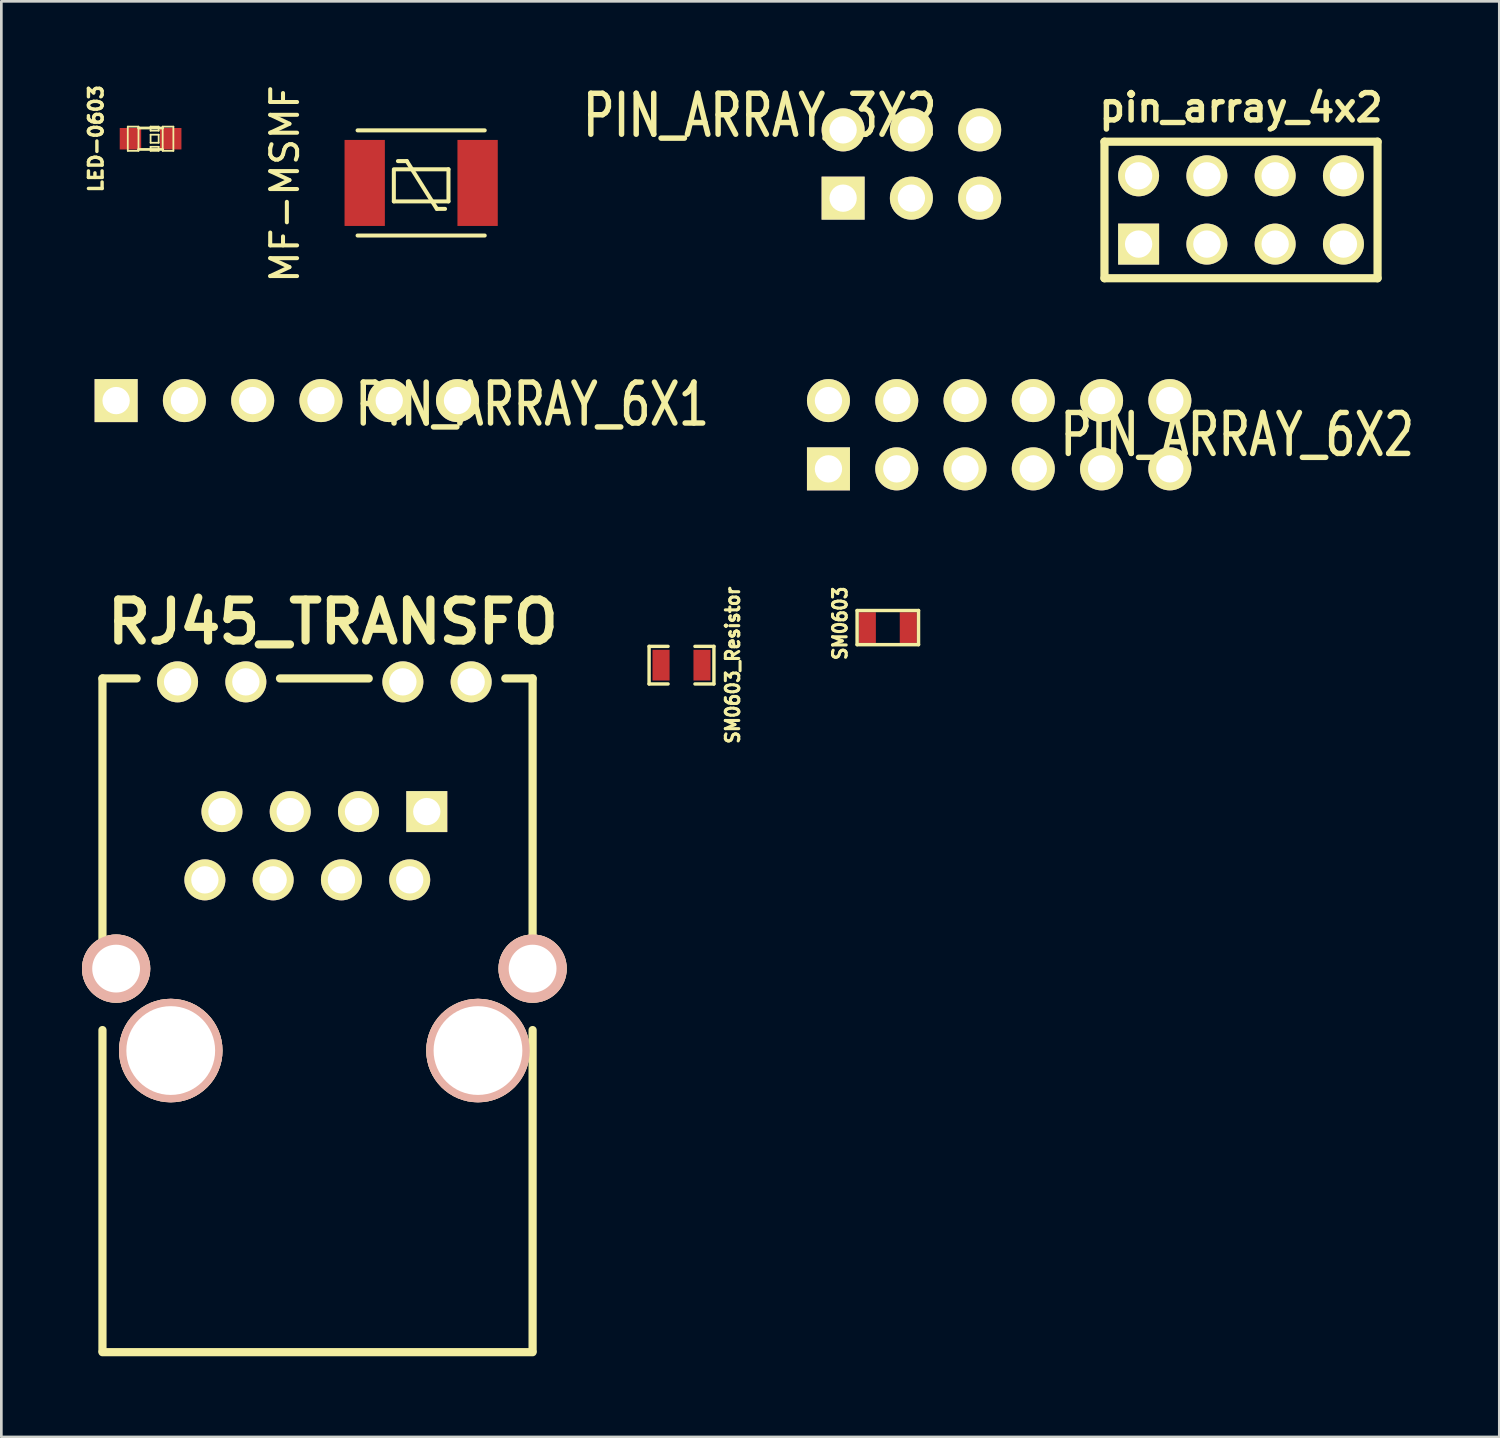
<source format=kicad_pcb>
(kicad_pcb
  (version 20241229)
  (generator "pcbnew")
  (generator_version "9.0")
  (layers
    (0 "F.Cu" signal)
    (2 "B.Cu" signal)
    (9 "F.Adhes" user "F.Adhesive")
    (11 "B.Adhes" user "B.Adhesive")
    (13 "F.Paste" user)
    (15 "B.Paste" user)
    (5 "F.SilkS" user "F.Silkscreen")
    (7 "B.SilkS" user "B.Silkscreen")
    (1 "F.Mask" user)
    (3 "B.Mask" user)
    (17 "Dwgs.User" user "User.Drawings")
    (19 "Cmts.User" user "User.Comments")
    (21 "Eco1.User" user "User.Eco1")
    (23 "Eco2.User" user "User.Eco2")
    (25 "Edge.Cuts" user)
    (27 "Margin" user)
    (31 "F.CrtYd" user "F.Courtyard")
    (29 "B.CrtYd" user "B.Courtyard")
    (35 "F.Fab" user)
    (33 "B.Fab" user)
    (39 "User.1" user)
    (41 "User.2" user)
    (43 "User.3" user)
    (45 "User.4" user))
  (footprint "SM0603"
    (layer "F.Cu")
    (at 29.979 20.298)
    (property "Reference" "SM0603" (at -1.778 -0.159 90) (layer "F.SilkS") (effects (font (size 0.508 0.457) (thickness 0.114))))
    (attr smd)
    (fp_line (start -1.143 -0.635) (end 1.143 -0.635) (stroke (width 0.127) (type solid)) (layer "F.SilkS"))
    (fp_line (start -1.143 0.635) (end -1.143 -0.635) (stroke (width 0.127) (type solid)) (layer "F.SilkS"))
    (fp_line (start 1.143 -0.635) (end 1.143 0.635) (stroke (width 0.127) (type solid)) (layer "F.SilkS"))
    (fp_line (start 1.143 0.635) (end -1.143 0.635) (stroke (width 0.127) (type solid)) (layer "F.SilkS"))
    (pad "1" smd rect (at -0.762 0) (size 0.635 1.143) (layers "F.Cu" "F.Mask" "F.Paste"))
    (pad "2" smd rect (at 0.762 0) (size 0.635 1.143) (layers "F.Cu" "F.Mask" "F.Paste")))
  (footprint "PIN_ARRAY_6X1"
    (layer "F.Cu")
    (at 7.62 11.853)
    (property "Reference" "PIN_ARRAY_6X1" (at 9.131 0.14 0) (layer "F.SilkS") (effects (font (size 1.524 1.143) (thickness 0.203))))
    (attr through_hole)
    (fp_line (start -7.62 -1.27) (end -7.62 1.27) (stroke (width 0.00012) (type solid)) (layer "F.SilkS"))
    (fp_line (start -7.62 1.27) (end 7.62 1.27) (stroke (width 0.00012) (type solid)) (layer "F.SilkS"))
    (fp_line (start 7.62 -1.27) (end -7.62 -1.27) (stroke (width 0.00012) (type solid)) (layer "F.SilkS"))
    (fp_line (start 7.62 1.27) (end 7.62 -1.27) (stroke (width 0.00012) (type solid)) (layer "F.SilkS"))
    (pad "1" thru_hole rect (at -6.35 0) (size 1.6 1.6) (drill 1.016) (layers "*.Cu" "*.Mask" "F.SilkS"))
    (pad "2" thru_hole circle (at -3.81 0) (size 1.6 1.6) (drill 1.016) (layers "*.Cu" "*.Mask" "F.SilkS"))
    (pad "3" thru_hole circle (at -1.27 0) (size 1.6 1.6) (drill 1.016) (layers "*.Cu" "*.Mask" "F.SilkS"))
    (pad "4" thru_hole circle (at 1.27 0) (size 1.6 1.6) (drill 1.016) (layers "*.Cu" "*.Mask" "F.SilkS"))
    (pad "5" thru_hole circle (at 3.81 0) (size 1.6 1.6) (drill 1.016) (layers "*.Cu" "*.Mask" "F.SilkS"))
    (pad "6" thru_hole circle (at 6.35 0) (size 1.6 1.6) (drill 1.016) (layers "*.Cu" "*.Mask" "F.SilkS")))
  (footprint "SM0603_Resistor"
    (layer "F.Cu")
    (at 22.304 21.696)
    (property "Reference" "SM0603_Resistor" (at 1.905 0 270) (layer "F.SilkS") (effects (font (size 0.5 0.457) (thickness 0.114))))
    (attr smd)
    (fp_line (start -1.206 -0.699) (end -1.206 0.699) (stroke (width 0.127) (type solid)) (layer "F.SilkS"))
    (fp_line (start -1.206 0.699) (end -0.5 0.699) (stroke (width 0.127) (type solid)) (layer "F.SilkS"))
    (fp_line (start -0.5 -0.699) (end -1.206 -0.699) (stroke (width 0.127) (type solid)) (layer "F.SilkS"))
    (fp_line (start 1.206 -0.699) (end 0.5 -0.699) (stroke (width 0.127) (type solid)) (layer "F.SilkS"))
    (fp_line (start 1.206 -0.699) (end 1.206 0.699) (stroke (width 0.127) (type solid)) (layer "F.SilkS"))
    (fp_line (start 1.206 0.699) (end 0.5 0.699) (stroke (width 0.127) (type solid)) (layer "F.SilkS"))
    (pad "1" smd rect (at -0.762 0) (size 0.635 1.143) (layers "F.Cu" "F.Mask" "F.Paste"))
    (pad "2" smd rect (at 0.762 0) (size 0.635 1.143) (layers "F.Cu" "F.Mask" "F.Paste")))
  (footprint "PIN_ARRAY_3X2"
    (layer "F.Cu")
    (at 30.856 3.052)
    (property "Reference" "PIN_ARRAY_3X2" (at -5.639 -1.803 0) (layer "F.SilkS") (effects (font (size 1.524 1.143) (thickness 0.203))))
    (attr through_hole)
    (fp_line (start -3.81 -2.54) (end -3.81 2.54) (stroke (width 0.00012) (type solid)) (layer "F.SilkS"))
    (fp_line (start -3.81 2.54) (end 3.81 2.54) (stroke (width 0.00012) (type solid)) (layer "F.SilkS"))
    (fp_line (start 3.81 -2.54) (end -3.81 -2.54) (stroke (width 0.00012) (type solid)) (layer "F.SilkS"))
    (fp_line (start 3.81 2.54) (end 3.81 -2.54) (stroke (width 0.00012) (type solid)) (layer "F.SilkS"))
    (pad "1" thru_hole rect (at -2.54 1.27) (size 1.6 1.6) (drill 1.016) (layers "*.Cu" "*.Mask" "F.SilkS"))
    (pad "2" thru_hole circle (at -2.54 -1.27) (size 1.6 1.6) (drill 1.016) (layers "*.Cu" "*.Mask" "F.SilkS"))
    (pad "3" thru_hole circle (at 0 1.27) (size 1.6 1.6) (drill 1.016) (layers "*.Cu" "*.Mask" "F.SilkS"))
    (pad "4" thru_hole circle (at 0 -1.27) (size 1.6 1.6) (drill 1.016) (layers "*.Cu" "*.Mask" "F.SilkS"))
    (pad "5" thru_hole circle (at 2.54 1.27) (size 1.6 1.6) (drill 1.016) (layers "*.Cu" "*.Mask" "F.SilkS"))
    (pad "6" thru_hole circle (at 2.54 -1.27) (size 1.6 1.6) (drill 1.016) (layers "*.Cu" "*.Mask" "F.SilkS")))
  (footprint "PIN_ARRAY_6X2"
    (layer "F.Cu")
    (at 34.121 13.123)
    (property "Reference" "PIN_ARRAY_6X2" (at 8.858 0.001 0) (layer "F.SilkS") (effects (font (size 1.524 1.143) (thickness 0.203))))
    (attr through_hole)
    (fp_line (start -7.62 -2.54) (end -7.62 2.54) (stroke (width 0.00012) (type solid)) (layer "F.SilkS"))
    (fp_line (start -7.62 2.54) (end 7.62 2.54) (stroke (width 0.00012) (type solid)) (layer "F.SilkS"))
    (fp_line (start 7.62 -2.54) (end -7.62 -2.54) (stroke (width 0.00012) (type solid)) (layer "F.SilkS"))
    (fp_line (start 7.62 2.54) (end 7.62 -2.54) (stroke (width 0.00012) (type solid)) (layer "F.SilkS"))
    (pad "1" thru_hole rect (at -6.35 1.27) (size 1.6 1.6) (drill 1.016) (layers "*.Cu" "*.Mask" "F.SilkS"))
    (pad "2" thru_hole circle (at -6.35 -1.27) (size 1.6 1.6) (drill 1.016) (layers "*.Cu" "*.Mask" "F.SilkS"))
    (pad "3" thru_hole circle (at -3.81 1.27) (size 1.6 1.6) (drill 1.016) (layers "*.Cu" "*.Mask" "F.SilkS"))
    (pad "4" thru_hole circle (at -3.81 -1.27) (size 1.6 1.6) (drill 1.016) (layers "*.Cu" "*.Mask" "F.SilkS"))
    (pad "5" thru_hole circle (at -1.27 1.27) (size 1.6 1.6) (drill 1.016) (layers "*.Cu" "*.Mask" "F.SilkS"))
    (pad "6" thru_hole circle (at -1.27 -1.27) (size 1.6 1.6) (drill 1.016) (layers "*.Cu" "*.Mask" "F.SilkS"))
    (pad "7" thru_hole circle (at 1.27 1.27) (size 1.6 1.6) (drill 1.016) (layers "*.Cu" "*.Mask" "F.SilkS"))
    (pad "8" thru_hole circle (at 1.27 -1.27) (size 1.6 1.6) (drill 1.016) (layers "*.Cu" "*.Mask" "F.SilkS"))
    (pad "9" thru_hole circle (at 3.81 1.27) (size 1.6 1.6) (drill 1.016) (layers "*.Cu" "*.Mask" "F.SilkS"))
    (pad "10" thru_hole circle (at 3.81 -1.27) (size 1.6 1.6) (drill 1.016) (layers "*.Cu" "*.Mask" "F.SilkS"))
    (pad "11" thru_hole circle (at 6.35 1.27) (size 1.6 1.6) (drill 1.016) (layers "*.Cu" "*.Mask" "F.SilkS"))
    (pad "12" thru_hole circle (at 6.35 -1.27) (size 1.6 1.6) (drill 1.016) (layers "*.Cu" "*.Mask" "F.SilkS")))
  (footprint "RJ45_TRANSFO"
    (layer "F.Cu")
    (at 12.827 27.143)
    (property "Reference" "RJ45_TRANSFO" (at -3.493 -7.054 0) (layer "F.SilkS") (effects (font (size 1.524 1.524) (thickness 0.305))))
    (attr through_hole)
    (fp_line (start -12.065 -4.953) (end -10.795 -4.953) (stroke (width 0.305) (type solid)) (layer "F.SilkS"))
    (fp_line (start -12.065 4.953) (end -12.065 -4.953) (stroke (width 0.305) (type solid)) (layer "F.SilkS"))
    (fp_line (start -12.065 20.066) (end -12.065 8.128) (stroke (width 0.305) (type solid)) (layer "F.SilkS"))
    (fp_line (start -12.065 20.112) (end 3.937 20.112) (stroke (width 0.305) (type solid)) (layer "F.SilkS"))
    (fp_line (start -5.461 -4.953) (end -2.159 -4.953) (stroke (width 0.305) (type solid)) (layer "F.SilkS"))
    (fp_line (start 3.937 -4.953) (end 2.921 -4.953) (stroke (width 0.305) (type solid)) (layer "F.SilkS"))
    (fp_line (start 3.937 4.953) (end 3.937 -4.953) (stroke (width 0.305) (type solid)) (layer "F.SilkS"))
    (fp_line (start 3.937 20.066) (end 3.937 8.128) (stroke (width 0.305) (type solid)) (layer "F.SilkS"))
    (pad "1" thru_hole rect (at 0 0) (size 1.524 1.524) (drill 1.016) (layers "*.Cu" "*.Mask" "F.SilkS"))
    (pad "2" thru_hole circle (at -0.635 2.54) (size 1.524 1.524) (drill 1.016) (layers "*.Cu" "*.Mask" "F.SilkS"))
    (pad "3" thru_hole circle (at -2.54 0) (size 1.524 1.524) (drill 1.016) (layers "*.Cu" "*.Mask" "F.SilkS"))
    (pad "4" thru_hole circle (at -3.175 2.54) (size 1.524 1.524) (drill 1.016) (layers "*.Cu" "*.Mask" "F.SilkS"))
    (pad "5" thru_hole circle (at -5.08 0) (size 1.524 1.524) (drill 1.016) (layers "*.Cu" "*.Mask" "F.SilkS"))
    (pad "6" thru_hole circle (at -5.715 2.54) (size 1.524 1.524) (drill 1.016) (layers "*.Cu" "*.Mask" "F.SilkS"))
    (pad "7" thru_hole circle (at -7.62 0) (size 1.524 1.524) (drill 1.016) (layers "*.Cu" "*.Mask" "F.SilkS"))
    (pad "8" thru_hole circle (at -8.255 2.54) (size 1.524 1.524) (drill 1.016) (layers "*.Cu" "*.Mask" "F.SilkS"))
    (pad "13" thru_hole circle (at -11.557 5.842) (size 2.54 2.54) (drill 1.778) (layers "*.Cu" "*.SilkS" "*.Mask"))
    (pad "13" thru_hole circle (at 3.937 5.842) (size 2.54 2.54) (drill 1.778) (layers "*.Cu" "*.SilkS" "*.Mask"))
    (pad "GA" thru_hole circle (at -0.889 -4.826) (size 1.524 1.524) (drill 1.016) (layers "*.Cu" "*.Mask" "F.SilkS"))
    (pad "GK" thru_hole circle (at 1.651 -4.826) (size 1.524 1.524) (drill 1.016) (layers "*.Cu" "*.Mask" "F.SilkS"))
    (pad "Hole" thru_hole circle (at -9.525 8.89) (size 3.851 3.851) (drill 3.302) (layers "*.Cu" "*.SilkS" "*.Mask"))
    (pad "Hole" thru_hole circle (at 1.905 8.89) (size 3.851 3.851) (drill 3.302) (layers "*.Cu" "*.SilkS" "*.Mask"))
    (pad "YA" thru_hole circle (at -9.271 -4.826) (size 1.524 1.524) (drill 1.016) (layers "*.Cu" "*.Mask" "F.SilkS"))
    (pad "YK" thru_hole circle (at -6.731 -4.826) (size 1.524 1.524) (drill 1.016) (layers "*.Cu" "*.Mask" "F.SilkS")))
  (footprint "pin_array_4x2"
    (layer "F.Cu")
    (at 43.119 4.761)
    (property "Reference" "pin_array_4x2" (at 0 -3.81 0) (layer "F.SilkS") (effects (font (size 1.016 1.016) (thickness 0.203))))
    (attr through_hole)
    (fp_line (start -5.08 -2.54) (end 5.08 -2.54) (stroke (width 0.305) (type solid)) (layer "F.SilkS"))
    (fp_line (start -5.08 2.54) (end -5.08 -2.54) (stroke (width 0.305) (type solid)) (layer "F.SilkS"))
    (fp_line (start 5.08 -2.54) (end 5.08 2.54) (stroke (width 0.305) (type solid)) (layer "F.SilkS"))
    (fp_line (start 5.08 2.54) (end -5.08 2.54) (stroke (width 0.305) (type solid)) (layer "F.SilkS"))
    (pad "1" thru_hole rect (at -3.81 1.27) (size 1.524 1.524) (drill 1.016) (layers "*.Cu" "*.Mask" "F.SilkS"))
    (pad "2" thru_hole circle (at -3.81 -1.27) (size 1.524 1.524) (drill 1.016) (layers "*.Cu" "*.Mask" "F.SilkS"))
    (pad "3" thru_hole circle (at -1.27 1.27) (size 1.524 1.524) (drill 1.016) (layers "*.Cu" "*.Mask" "F.SilkS"))
    (pad "4" thru_hole circle (at -1.27 -1.27) (size 1.524 1.524) (drill 1.016) (layers "*.Cu" "*.Mask" "F.SilkS"))
    (pad "5" thru_hole circle (at 1.27 1.27) (size 1.524 1.524) (drill 1.016) (layers "*.Cu" "*.Mask" "F.SilkS"))
    (pad "6" thru_hole circle (at 1.27 -1.27) (size 1.524 1.524) (drill 1.016) (layers "*.Cu" "*.Mask" "F.SilkS"))
    (pad "7" thru_hole circle (at 3.81 1.27) (size 1.524 1.524) (drill 1.016) (layers "*.Cu" "*.Mask" "F.SilkS"))
    (pad "8" thru_hole circle (at 3.81 -1.27) (size 1.524 1.524) (drill 1.016) (layers "*.Cu" "*.Mask" "F.SilkS")))
  (footprint "MF-MSMF"
    (layer "F.Cu")
    (at 12.618 3.756)
    (property "Reference" "MF-MSMF" (at -5.07 0.036 90) (layer "F.SilkS") (effects (font (size 1 1) (thickness 0.15))))
    (attr through_hole)
    (fp_line (start -2.365 -1.956) (end 2.365 -1.956) (stroke (width 0.15) (type solid)) (layer "F.SilkS"))
    (fp_line (start -1.016 -0.457) (end -1.016 0.686) (stroke (width 0.15) (type solid)) (layer "F.SilkS"))
    (fp_line (start -1.016 0.686) (end 1.016 0.686) (stroke (width 0.15) (type solid)) (layer "F.SilkS"))
    (fp_line (start -0.864 -0.813) (end -0.533 -0.813) (stroke (width 0.15) (type solid)) (layer "F.SilkS"))
    (fp_line (start 0.584 0.965) (end -0.533 -0.813) (stroke (width 0.15) (type solid)) (layer "F.SilkS"))
    (fp_line (start 0.889 0.965) (end 0.584 0.965) (stroke (width 0.15) (type solid)) (layer "F.SilkS"))
    (fp_line (start 1.016 -0.508) (end -1.016 -0.508) (stroke (width 0.15) (type solid)) (layer "F.SilkS"))
    (fp_line (start 1.016 0.686) (end 1.016 -0.508) (stroke (width 0.15) (type solid)) (layer "F.SilkS"))
    (fp_line (start 2.365 1.956) (end -2.365 1.956) (stroke (width 0.15) (type solid)) (layer "F.SilkS"))
    (pad "1" smd rect (at -2.1 0) (size 1.5 3.2) (layers "F.Cu" "F.Mask" "F.Paste"))
    (pad "2" smd rect (at 2.1 0) (size 1.5 3.2) (layers "F.Cu" "F.Mask" "F.Paste")))
  (footprint "LED-0603"
    (layer "F.Cu")
    (at 2.552 2.111)
    (property "Reference" "LED-0603" (at -2.032 0 90) (layer "F.SilkS") (effects (font (size 0.508 0.508) (thickness 0.127))))
    (attr smd)
    (fp_line (start -0.848 -0.45) (end -0.848 0.45) (stroke (width 0.066) (type solid)) (layer "F.SilkS"))
    (fp_line (start -0.848 -0.45) (end -0.45 -0.45) (stroke (width 0.066) (type solid)) (layer "F.SilkS"))
    (fp_line (start -0.848 0.45) (end -0.45 0.45) (stroke (width 0.066) (type solid)) (layer "F.SilkS"))
    (fp_line (start -0.45 -0.45) (end -0.45 0.45) (stroke (width 0.066) (type solid)) (layer "F.SilkS"))
    (fp_line (start 0 -0.45) (end 0 -0.3) (stroke (width 0.066) (type solid)) (layer "F.SilkS"))
    (fp_line (start 0 -0.45) (end 0.3 -0.45) (stroke (width 0.066) (type solid)) (layer "F.SilkS"))
    (fp_line (start 0 -0.3) (end 0.3 -0.3) (stroke (width 0.066) (type solid)) (layer "F.SilkS"))
    (fp_line (start 0 -0.15) (end 0 0.15) (stroke (width 0.066) (type solid)) (layer "F.SilkS"))
    (fp_line (start 0 -0.15) (end 0.3 -0.15) (stroke (width 0.066) (type solid)) (layer "F.SilkS"))
    (fp_line (start 0 0.15) (end 0.3 0.15) (stroke (width 0.066) (type solid)) (layer "F.SilkS"))
    (fp_line (start 0 0.3) (end 0 0.45) (stroke (width 0.066) (type solid)) (layer "F.SilkS"))
    (fp_line (start 0 0.3) (end 0.3 0.3) (stroke (width 0.066) (type solid)) (layer "F.SilkS"))
    (fp_line (start 0 0.45) (end 0.3 0.45) (stroke (width 0.066) (type solid)) (layer "F.SilkS"))
    (fp_line (start 0.3 -0.45) (end 0.3 -0.3) (stroke (width 0.066) (type solid)) (layer "F.SilkS"))
    (fp_line (start 0.3 -0.15) (end 0.3 0.15) (stroke (width 0.066) (type solid)) (layer "F.SilkS"))
    (fp_line (start 0.3 0.3) (end 0.3 0.45) (stroke (width 0.066) (type solid)) (layer "F.SilkS"))
    (fp_line (start 0.45 -0.45) (end 0.45 0.45) (stroke (width 0.066) (type solid)) (layer "F.SilkS"))
    (fp_line (start 0.45 -0.45) (end 0.848 -0.45) (stroke (width 0.066) (type solid)) (layer "F.SilkS"))
    (fp_line (start 0.45 -0.399) (end -0.45 -0.399) (stroke (width 0.102) (type solid)) (layer "F.SilkS"))
    (fp_line (start 0.45 0.399) (end -0.45 0.399) (stroke (width 0.102) (type solid)) (layer "F.SilkS"))
    (fp_line (start 0.45 0.45) (end 0.848 0.45) (stroke (width 0.066) (type solid)) (layer "F.SilkS"))
    (fp_line (start 0.848 -0.45) (end 0.848 0.45) (stroke (width 0.066) (type solid)) (layer "F.SilkS"))
    (pad "1" smd rect (at -0.749 0) (size 0.798 0.798) (layers "F.Cu" "F.Mask" "F.Paste"))
    (pad "2" smd rect (at 0.749 0) (size 0.798 0.798) (layers "F.Cu" "F.Mask" "F.Paste")))
  (gr_rect
    (start -3 -3)
    (end 52.728 50.408)
    (stroke (width 0.1) (type default))
    (fill no)
    (layer "Edge.Cuts")))
</source>
